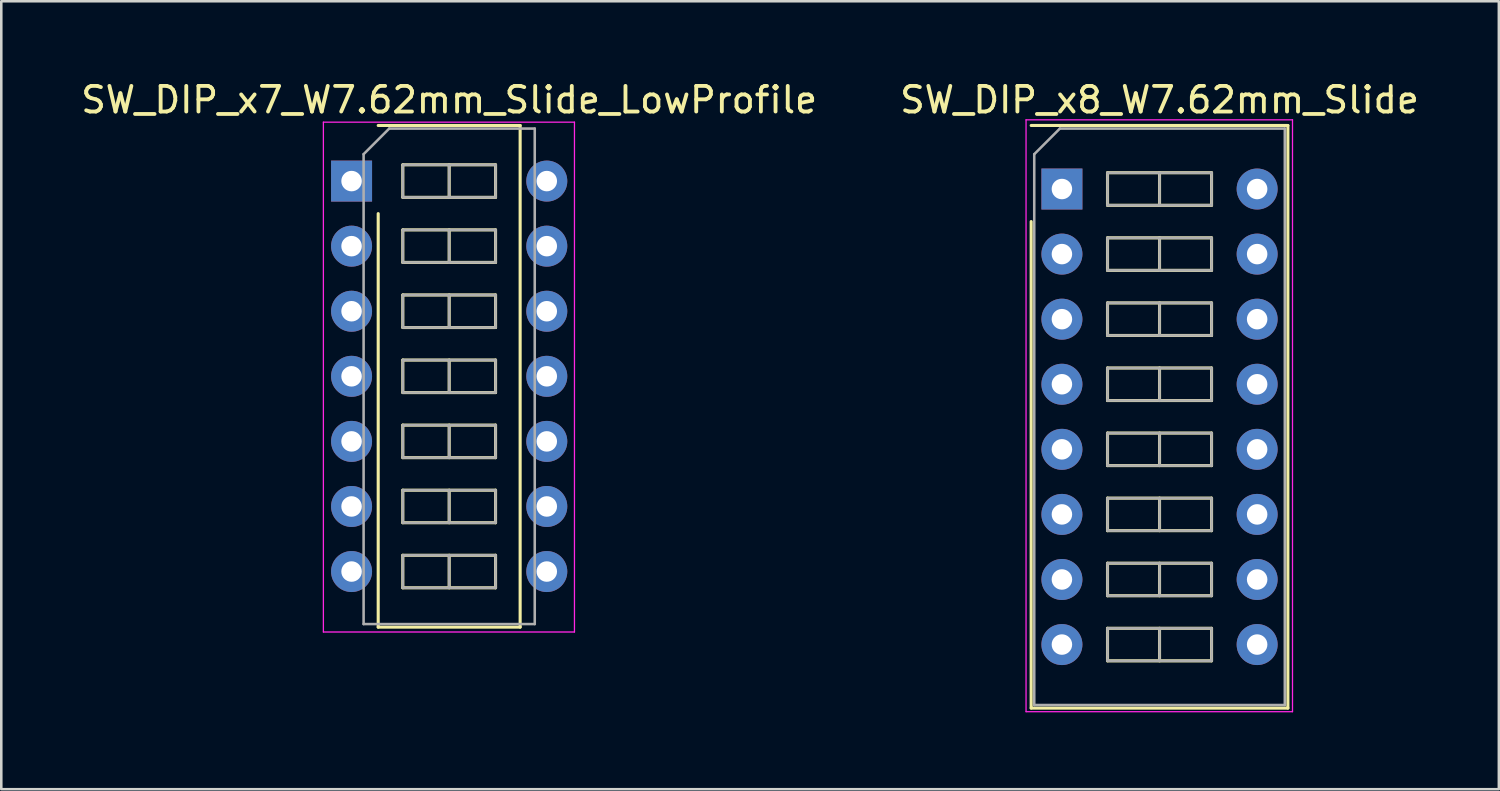
<source format=kicad_pcb>
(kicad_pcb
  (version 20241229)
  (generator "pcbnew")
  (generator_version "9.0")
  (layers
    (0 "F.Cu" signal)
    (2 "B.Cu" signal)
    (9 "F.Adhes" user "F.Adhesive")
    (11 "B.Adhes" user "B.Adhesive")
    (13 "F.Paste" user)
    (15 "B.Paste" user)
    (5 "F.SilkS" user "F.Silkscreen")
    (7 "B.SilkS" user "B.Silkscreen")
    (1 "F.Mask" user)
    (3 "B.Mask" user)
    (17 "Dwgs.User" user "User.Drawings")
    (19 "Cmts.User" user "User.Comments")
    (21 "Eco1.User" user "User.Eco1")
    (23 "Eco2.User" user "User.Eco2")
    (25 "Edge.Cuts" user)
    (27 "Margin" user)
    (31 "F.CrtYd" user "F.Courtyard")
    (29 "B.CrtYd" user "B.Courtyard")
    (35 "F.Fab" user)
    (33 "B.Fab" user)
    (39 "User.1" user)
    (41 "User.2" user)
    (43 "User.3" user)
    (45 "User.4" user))
  (footprint "SW_DIP_x7_W7.62mm_Slide_LowProfile"
    (layer "F.Cu")
    (at 10.672 4.018)
    (property "Reference" "SW_DIP_x7_W7.62mm_Slide_LowProfile" (at 3.81 -3.17 0) (layer "F.SilkS") (effects (font (size 1 1) (thickness 0.15))))
    (attr through_hole)
    (fp_line (start 1.04 -2.17) (end 6.58 -2.17) (stroke (width 0.12) (type solid)) (layer "F.SilkS"))
    (fp_line (start 1.04 17.41) (end 1.04 1.27) (stroke (width 0.12) (type solid)) (layer "F.SilkS"))
    (fp_line (start 2 -0.635) (end 2 0.635) (stroke (width 0.12) (type solid)) (layer "F.SilkS"))
    (fp_line (start 2 0.635) (end 5.62 0.635) (stroke (width 0.12) (type solid)) (layer "F.SilkS"))
    (fp_line (start 2 1.905) (end 2 3.175) (stroke (width 0.12) (type solid)) (layer "F.SilkS"))
    (fp_line (start 2 3.175) (end 5.62 3.175) (stroke (width 0.12) (type solid)) (layer "F.SilkS"))
    (fp_line (start 2 4.445) (end 2 5.715) (stroke (width 0.12) (type solid)) (layer "F.SilkS"))
    (fp_line (start 2 5.715) (end 5.62 5.715) (stroke (width 0.12) (type solid)) (layer "F.SilkS"))
    (fp_line (start 2 6.985) (end 2 8.255) (stroke (width 0.12) (type solid)) (layer "F.SilkS"))
    (fp_line (start 2 8.255) (end 5.62 8.255) (stroke (width 0.12) (type solid)) (layer "F.SilkS"))
    (fp_line (start 2 9.525) (end 2 10.795) (stroke (width 0.12) (type solid)) (layer "F.SilkS"))
    (fp_line (start 2 10.795) (end 5.62 10.795) (stroke (width 0.12) (type solid)) (layer "F.SilkS"))
    (fp_line (start 2 12.065) (end 2 13.335) (stroke (width 0.12) (type solid)) (layer "F.SilkS"))
    (fp_line (start 2 13.335) (end 5.62 13.335) (stroke (width 0.12) (type solid)) (layer "F.SilkS"))
    (fp_line (start 2 14.605) (end 2 15.875) (stroke (width 0.12) (type solid)) (layer "F.SilkS"))
    (fp_line (start 2 15.875) (end 5.62 15.875) (stroke (width 0.12) (type solid)) (layer "F.SilkS"))
    (fp_line (start 3.81 -0.635) (end 3.81 0.635) (stroke (width 0.12) (type solid)) (layer "F.SilkS"))
    (fp_line (start 3.81 1.905) (end 3.81 3.175) (stroke (width 0.12) (type solid)) (layer "F.SilkS"))
    (fp_line (start 3.81 4.445) (end 3.81 5.715) (stroke (width 0.12) (type solid)) (layer "F.SilkS"))
    (fp_line (start 3.81 6.985) (end 3.81 8.255) (stroke (width 0.12) (type solid)) (layer "F.SilkS"))
    (fp_line (start 3.81 9.525) (end 3.81 10.795) (stroke (width 0.12) (type solid)) (layer "F.SilkS"))
    (fp_line (start 3.81 12.065) (end 3.81 13.335) (stroke (width 0.12) (type solid)) (layer "F.SilkS"))
    (fp_line (start 3.81 14.605) (end 3.81 15.875) (stroke (width 0.12) (type solid)) (layer "F.SilkS"))
    (fp_line (start 5.62 -0.635) (end 2 -0.635) (stroke (width 0.12) (type solid)) (layer "F.SilkS"))
    (fp_line (start 5.62 0.635) (end 5.62 -0.635) (stroke (width 0.12) (type solid)) (layer "F.SilkS"))
    (fp_line (start 5.62 1.905) (end 2 1.905) (stroke (width 0.12) (type solid)) (layer "F.SilkS"))
    (fp_line (start 5.62 3.175) (end 5.62 1.905) (stroke (width 0.12) (type solid)) (layer "F.SilkS"))
    (fp_line (start 5.62 4.445) (end 2 4.445) (stroke (width 0.12) (type solid)) (layer "F.SilkS"))
    (fp_line (start 5.62 5.715) (end 5.62 4.445) (stroke (width 0.12) (type solid)) (layer "F.SilkS"))
    (fp_line (start 5.62 6.985) (end 2 6.985) (stroke (width 0.12) (type solid)) (layer "F.SilkS"))
    (fp_line (start 5.62 8.255) (end 5.62 6.985) (stroke (width 0.12) (type solid)) (layer "F.SilkS"))
    (fp_line (start 5.62 9.525) (end 2 9.525) (stroke (width 0.12) (type solid)) (layer "F.SilkS"))
    (fp_line (start 5.62 10.795) (end 5.62 9.525) (stroke (width 0.12) (type solid)) (layer "F.SilkS"))
    (fp_line (start 5.62 12.065) (end 2 12.065) (stroke (width 0.12) (type solid)) (layer "F.SilkS"))
    (fp_line (start 5.62 13.335) (end 5.62 12.065) (stroke (width 0.12) (type solid)) (layer "F.SilkS"))
    (fp_line (start 5.62 14.605) (end 2 14.605) (stroke (width 0.12) (type solid)) (layer "F.SilkS"))
    (fp_line (start 5.62 15.875) (end 5.62 14.605) (stroke (width 0.12) (type solid)) (layer "F.SilkS"))
    (fp_line (start 6.58 -2.17) (end 6.58 17.41) (stroke (width 0.12) (type solid)) (layer "F.SilkS"))
    (fp_line (start 6.58 17.41) (end 1.04 17.41) (stroke (width 0.12) (type solid)) (layer "F.SilkS"))
    (fp_line (start -1.1 -2.3) (end -1.1 17.6) (stroke (width 0.05) (type solid)) (layer "F.CrtYd"))
    (fp_line (start -1.1 17.6) (end 8.7 17.6) (stroke (width 0.05) (type solid)) (layer "F.CrtYd"))
    (fp_line (start 8.7 -2.3) (end -1.1 -2.3) (stroke (width 0.05) (type solid)) (layer "F.CrtYd"))
    (fp_line (start 8.7 17.6) (end 8.7 -2.3) (stroke (width 0.05) (type solid)) (layer "F.CrtYd"))
    (fp_line (start 0.47 -1.05) (end 1.47 -2.05) (stroke (width 0.1) (type solid)) (layer "F.Fab"))
    (fp_line (start 0.47 17.29) (end 0.47 -1.05) (stroke (width 0.1) (type solid)) (layer "F.Fab"))
    (fp_line (start 1.47 -2.05) (end 7.15 -2.05) (stroke (width 0.1) (type solid)) (layer "F.Fab"))
    (fp_line (start 2 -0.635) (end 2 0.635) (stroke (width 0.1) (type solid)) (layer "F.Fab"))
    (fp_line (start 2 0.635) (end 5.62 0.635) (stroke (width 0.1) (type solid)) (layer "F.Fab"))
    (fp_line (start 2 1.905) (end 2 3.175) (stroke (width 0.1) (type solid)) (layer "F.Fab"))
    (fp_line (start 2 3.175) (end 5.62 3.175) (stroke (width 0.1) (type solid)) (layer "F.Fab"))
    (fp_line (start 2 4.445) (end 2 5.715) (stroke (width 0.1) (type solid)) (layer "F.Fab"))
    (fp_line (start 2 5.715) (end 5.62 5.715) (stroke (width 0.1) (type solid)) (layer "F.Fab"))
    (fp_line (start 2 6.985) (end 2 8.255) (stroke (width 0.1) (type solid)) (layer "F.Fab"))
    (fp_line (start 2 8.255) (end 5.62 8.255) (stroke (width 0.1) (type solid)) (layer "F.Fab"))
    (fp_line (start 2 9.525) (end 2 10.795) (stroke (width 0.1) (type solid)) (layer "F.Fab"))
    (fp_line (start 2 10.795) (end 5.62 10.795) (stroke (width 0.1) (type solid)) (layer "F.Fab"))
    (fp_line (start 2 12.065) (end 2 13.335) (stroke (width 0.1) (type solid)) (layer "F.Fab"))
    (fp_line (start 2 13.335) (end 5.62 13.335) (stroke (width 0.1) (type solid)) (layer "F.Fab"))
    (fp_line (start 2 14.605) (end 2 15.875) (stroke (width 0.1) (type solid)) (layer "F.Fab"))
    (fp_line (start 2 15.875) (end 5.62 15.875) (stroke (width 0.1) (type solid)) (layer "F.Fab"))
    (fp_line (start 3.81 -0.635) (end 3.81 0.635) (stroke (width 0.1) (type solid)) (layer "F.Fab"))
    (fp_line (start 3.81 1.905) (end 3.81 3.175) (stroke (width 0.1) (type solid)) (layer "F.Fab"))
    (fp_line (start 3.81 4.445) (end 3.81 5.715) (stroke (width 0.1) (type solid)) (layer "F.Fab"))
    (fp_line (start 3.81 6.985) (end 3.81 8.255) (stroke (width 0.1) (type solid)) (layer "F.Fab"))
    (fp_line (start 3.81 9.525) (end 3.81 10.795) (stroke (width 0.1) (type solid)) (layer "F.Fab"))
    (fp_line (start 3.81 12.065) (end 3.81 13.335) (stroke (width 0.1) (type solid)) (layer "F.Fab"))
    (fp_line (start 3.81 14.605) (end 3.81 15.875) (stroke (width 0.1) (type solid)) (layer "F.Fab"))
    (fp_line (start 5.62 -0.635) (end 2 -0.635) (stroke (width 0.1) (type solid)) (layer "F.Fab"))
    (fp_line (start 5.62 0.635) (end 5.62 -0.635) (stroke (width 0.1) (type solid)) (layer "F.Fab"))
    (fp_line (start 5.62 1.905) (end 2 1.905) (stroke (width 0.1) (type solid)) (layer "F.Fab"))
    (fp_line (start 5.62 3.175) (end 5.62 1.905) (stroke (width 0.1) (type solid)) (layer "F.Fab"))
    (fp_line (start 5.62 4.445) (end 2 4.445) (stroke (width 0.1) (type solid)) (layer "F.Fab"))
    (fp_line (start 5.62 5.715) (end 5.62 4.445) (stroke (width 0.1) (type solid)) (layer "F.Fab"))
    (fp_line (start 5.62 6.985) (end 2 6.985) (stroke (width 0.1) (type solid)) (layer "F.Fab"))
    (fp_line (start 5.62 8.255) (end 5.62 6.985) (stroke (width 0.1) (type solid)) (layer "F.Fab"))
    (fp_line (start 5.62 9.525) (end 2 9.525) (stroke (width 0.1) (type solid)) (layer "F.Fab"))
    (fp_line (start 5.62 10.795) (end 5.62 9.525) (stroke (width 0.1) (type solid)) (layer "F.Fab"))
    (fp_line (start 5.62 12.065) (end 2 12.065) (stroke (width 0.1) (type solid)) (layer "F.Fab"))
    (fp_line (start 5.62 13.335) (end 5.62 12.065) (stroke (width 0.1) (type solid)) (layer "F.Fab"))
    (fp_line (start 5.62 14.605) (end 2 14.605) (stroke (width 0.1) (type solid)) (layer "F.Fab"))
    (fp_line (start 5.62 15.875) (end 5.62 14.605) (stroke (width 0.1) (type solid)) (layer "F.Fab"))
    (fp_line (start 7.15 -2.05) (end 7.15 17.29) (stroke (width 0.1) (type solid)) (layer "F.Fab"))
    (fp_line (start 7.15 17.29) (end 0.47 17.29) (stroke (width 0.1) (type solid)) (layer "F.Fab"))
    (pad "1" thru_hole rect (at 0 0) (size 1.6 1.6) (drill 0.8) (layers "*.Cu" "*.Mask"))
    (pad "2" thru_hole oval (at 0 2.54) (size 1.6 1.6) (drill 0.8) (layers "*.Cu" "*.Mask"))
    (pad "3" thru_hole oval (at 0 5.08) (size 1.6 1.6) (drill 0.8) (layers "*.Cu" "*.Mask"))
    (pad "4" thru_hole oval (at 0 7.62) (size 1.6 1.6) (drill 0.8) (layers "*.Cu" "*.Mask"))
    (pad "5" thru_hole oval (at 0 10.16) (size 1.6 1.6) (drill 0.8) (layers "*.Cu" "*.Mask"))
    (pad "6" thru_hole oval (at 0 12.7) (size 1.6 1.6) (drill 0.8) (layers "*.Cu" "*.Mask"))
    (pad "7" thru_hole oval (at 0 15.24) (size 1.6 1.6) (drill 0.8) (layers "*.Cu" "*.Mask"))
    (pad "8" thru_hole oval (at 7.62 15.24) (size 1.6 1.6) (drill 0.8) (layers "*.Cu" "*.Mask"))
    (pad "9" thru_hole oval (at 7.62 12.7) (size 1.6 1.6) (drill 0.8) (layers "*.Cu" "*.Mask"))
    (pad "10" thru_hole oval (at 7.62 10.16) (size 1.6 1.6) (drill 0.8) (layers "*.Cu" "*.Mask"))
    (pad "11" thru_hole oval (at 7.62 7.62) (size 1.6 1.6) (drill 0.8) (layers "*.Cu" "*.Mask"))
    (pad "12" thru_hole oval (at 7.62 5.08) (size 1.6 1.6) (drill 0.8) (layers "*.Cu" "*.Mask"))
    (pad "13" thru_hole oval (at 7.62 2.54) (size 1.6 1.6) (drill 0.8) (layers "*.Cu" "*.Mask"))
    (pad "14" thru_hole oval (at 7.62 0) (size 1.6 1.6) (drill 0.8) (layers "*.Cu" "*.Mask")))
  (footprint "SW_DIP_x8_W7.62mm_Slide"
    (layer "F.Cu")
    (at 38.398 4.328)
    (property "Reference" "SW_DIP_x8_W7.62mm_Slide" (at 3.81 -3.48 0) (layer "F.SilkS") (effects (font (size 1 1) (thickness 0.15))))
    (attr through_hole)
    (fp_line (start -1.2 -2.48) (end 8.82 -2.48) (stroke (width 0.12) (type solid)) (layer "F.SilkS"))
    (fp_line (start -1.2 20.26) (end -1.2 1.27) (stroke (width 0.12) (type solid)) (layer "F.SilkS"))
    (fp_line (start 1.78 -0.635) (end 1.78 0.635) (stroke (width 0.12) (type solid)) (layer "F.SilkS"))
    (fp_line (start 1.78 0.635) (end 5.84 0.635) (stroke (width 0.12) (type solid)) (layer "F.SilkS"))
    (fp_line (start 1.78 1.905) (end 1.78 3.175) (stroke (width 0.12) (type solid)) (layer "F.SilkS"))
    (fp_line (start 1.78 3.175) (end 5.84 3.175) (stroke (width 0.12) (type solid)) (layer "F.SilkS"))
    (fp_line (start 1.78 4.445) (end 1.78 5.715) (stroke (width 0.12) (type solid)) (layer "F.SilkS"))
    (fp_line (start 1.78 5.715) (end 5.84 5.715) (stroke (width 0.12) (type solid)) (layer "F.SilkS"))
    (fp_line (start 1.78 6.985) (end 1.78 8.255) (stroke (width 0.12) (type solid)) (layer "F.SilkS"))
    (fp_line (start 1.78 8.255) (end 5.84 8.255) (stroke (width 0.12) (type solid)) (layer "F.SilkS"))
    (fp_line (start 1.78 9.525) (end 1.78 10.795) (stroke (width 0.12) (type solid)) (layer "F.SilkS"))
    (fp_line (start 1.78 10.795) (end 5.84 10.795) (stroke (width 0.12) (type solid)) (layer "F.SilkS"))
    (fp_line (start 1.78 12.065) (end 1.78 13.335) (stroke (width 0.12) (type solid)) (layer "F.SilkS"))
    (fp_line (start 1.78 13.335) (end 5.84 13.335) (stroke (width 0.12) (type solid)) (layer "F.SilkS"))
    (fp_line (start 1.78 14.605) (end 1.78 15.875) (stroke (width 0.12) (type solid)) (layer "F.SilkS"))
    (fp_line (start 1.78 15.875) (end 5.84 15.875) (stroke (width 0.12) (type solid)) (layer "F.SilkS"))
    (fp_line (start 1.78 17.145) (end 1.78 18.415) (stroke (width 0.12) (type solid)) (layer "F.SilkS"))
    (fp_line (start 1.78 18.415) (end 5.84 18.415) (stroke (width 0.12) (type solid)) (layer "F.SilkS"))
    (fp_line (start 3.81 -0.635) (end 3.81 0.635) (stroke (width 0.12) (type solid)) (layer "F.SilkS"))
    (fp_line (start 3.81 1.905) (end 3.81 3.175) (stroke (width 0.12) (type solid)) (layer "F.SilkS"))
    (fp_line (start 3.81 4.445) (end 3.81 5.715) (stroke (width 0.12) (type solid)) (layer "F.SilkS"))
    (fp_line (start 3.81 6.985) (end 3.81 8.255) (stroke (width 0.12) (type solid)) (layer "F.SilkS"))
    (fp_line (start 3.81 9.525) (end 3.81 10.795) (stroke (width 0.12) (type solid)) (layer "F.SilkS"))
    (fp_line (start 3.81 12.065) (end 3.81 13.335) (stroke (width 0.12) (type solid)) (layer "F.SilkS"))
    (fp_line (start 3.81 14.605) (end 3.81 15.875) (stroke (width 0.12) (type solid)) (layer "F.SilkS"))
    (fp_line (start 3.81 17.145) (end 3.81 18.415) (stroke (width 0.12) (type solid)) (layer "F.SilkS"))
    (fp_line (start 5.84 -0.635) (end 1.78 -0.635) (stroke (width 0.12) (type solid)) (layer "F.SilkS"))
    (fp_line (start 5.84 0.635) (end 5.84 -0.635) (stroke (width 0.12) (type solid)) (layer "F.SilkS"))
    (fp_line (start 5.84 1.905) (end 1.78 1.905) (stroke (width 0.12) (type solid)) (layer "F.SilkS"))
    (fp_line (start 5.84 3.175) (end 5.84 1.905) (stroke (width 0.12) (type solid)) (layer "F.SilkS"))
    (fp_line (start 5.84 4.445) (end 1.78 4.445) (stroke (width 0.12) (type solid)) (layer "F.SilkS"))
    (fp_line (start 5.84 5.715) (end 5.84 4.445) (stroke (width 0.12) (type solid)) (layer "F.SilkS"))
    (fp_line (start 5.84 6.985) (end 1.78 6.985) (stroke (width 0.12) (type solid)) (layer "F.SilkS"))
    (fp_line (start 5.84 8.255) (end 5.84 6.985) (stroke (width 0.12) (type solid)) (layer "F.SilkS"))
    (fp_line (start 5.84 9.525) (end 1.78 9.525) (stroke (width 0.12) (type solid)) (layer "F.SilkS"))
    (fp_line (start 5.84 10.795) (end 5.84 9.525) (stroke (width 0.12) (type solid)) (layer "F.SilkS"))
    (fp_line (start 5.84 12.065) (end 1.78 12.065) (stroke (width 0.12) (type solid)) (layer "F.SilkS"))
    (fp_line (start 5.84 13.335) (end 5.84 12.065) (stroke (width 0.12) (type solid)) (layer "F.SilkS"))
    (fp_line (start 5.84 14.605) (end 1.78 14.605) (stroke (width 0.12) (type solid)) (layer "F.SilkS"))
    (fp_line (start 5.84 15.875) (end 5.84 14.605) (stroke (width 0.12) (type solid)) (layer "F.SilkS"))
    (fp_line (start 5.84 17.145) (end 1.78 17.145) (stroke (width 0.12) (type solid)) (layer "F.SilkS"))
    (fp_line (start 5.84 18.415) (end 5.84 17.145) (stroke (width 0.12) (type solid)) (layer "F.SilkS"))
    (fp_line (start 8.82 -2.48) (end 8.82 20.26) (stroke (width 0.12) (type solid)) (layer "F.SilkS"))
    (fp_line (start 8.82 20.26) (end -1.2 20.26) (stroke (width 0.12) (type solid)) (layer "F.SilkS"))
    (fp_line (start -1.4 -2.7) (end -1.4 20.4) (stroke (width 0.05) (type solid)) (layer "F.CrtYd"))
    (fp_line (start -1.4 20.4) (end 9 20.4) (stroke (width 0.05) (type solid)) (layer "F.CrtYd"))
    (fp_line (start 9 -2.7) (end -1.4 -2.7) (stroke (width 0.05) (type solid)) (layer "F.CrtYd"))
    (fp_line (start 9 20.4) (end 9 -2.7) (stroke (width 0.05) (type solid)) (layer "F.CrtYd"))
    (fp_line (start -1.08 -1.36) (end -0.08 -2.36) (stroke (width 0.1) (type solid)) (layer "F.Fab"))
    (fp_line (start -1.08 20.14) (end -1.08 -1.36) (stroke (width 0.1) (type solid)) (layer "F.Fab"))
    (fp_line (start -0.08 -2.36) (end 8.7 -2.36) (stroke (width 0.1) (type solid)) (layer "F.Fab"))
    (fp_line (start 1.78 -0.635) (end 1.78 0.635) (stroke (width 0.1) (type solid)) (layer "F.Fab"))
    (fp_line (start 1.78 0.635) (end 5.84 0.635) (stroke (width 0.1) (type solid)) (layer "F.Fab"))
    (fp_line (start 1.78 1.905) (end 1.78 3.175) (stroke (width 0.1) (type solid)) (layer "F.Fab"))
    (fp_line (start 1.78 3.175) (end 5.84 3.175) (stroke (width 0.1) (type solid)) (layer "F.Fab"))
    (fp_line (start 1.78 4.445) (end 1.78 5.715) (stroke (width 0.1) (type solid)) (layer "F.Fab"))
    (fp_line (start 1.78 5.715) (end 5.84 5.715) (stroke (width 0.1) (type solid)) (layer "F.Fab"))
    (fp_line (start 1.78 6.985) (end 1.78 8.255) (stroke (width 0.1) (type solid)) (layer "F.Fab"))
    (fp_line (start 1.78 8.255) (end 5.84 8.255) (stroke (width 0.1) (type solid)) (layer "F.Fab"))
    (fp_line (start 1.78 9.525) (end 1.78 10.795) (stroke (width 0.1) (type solid)) (layer "F.Fab"))
    (fp_line (start 1.78 10.795) (end 5.84 10.795) (stroke (width 0.1) (type solid)) (layer "F.Fab"))
    (fp_line (start 1.78 12.065) (end 1.78 13.335) (stroke (width 0.1) (type solid)) (layer "F.Fab"))
    (fp_line (start 1.78 13.335) (end 5.84 13.335) (stroke (width 0.1) (type solid)) (layer "F.Fab"))
    (fp_line (start 1.78 14.605) (end 1.78 15.875) (stroke (width 0.1) (type solid)) (layer "F.Fab"))
    (fp_line (start 1.78 15.875) (end 5.84 15.875) (stroke (width 0.1) (type solid)) (layer "F.Fab"))
    (fp_line (start 1.78 17.145) (end 1.78 18.415) (stroke (width 0.1) (type solid)) (layer "F.Fab"))
    (fp_line (start 1.78 18.415) (end 5.84 18.415) (stroke (width 0.1) (type solid)) (layer "F.Fab"))
    (fp_line (start 3.81 -0.635) (end 3.81 0.635) (stroke (width 0.1) (type solid)) (layer "F.Fab"))
    (fp_line (start 3.81 1.905) (end 3.81 3.175) (stroke (width 0.1) (type solid)) (layer "F.Fab"))
    (fp_line (start 3.81 4.445) (end 3.81 5.715) (stroke (width 0.1) (type solid)) (layer "F.Fab"))
    (fp_line (start 3.81 6.985) (end 3.81 8.255) (stroke (width 0.1) (type solid)) (layer "F.Fab"))
    (fp_line (start 3.81 9.525) (end 3.81 10.795) (stroke (width 0.1) (type solid)) (layer "F.Fab"))
    (fp_line (start 3.81 12.065) (end 3.81 13.335) (stroke (width 0.1) (type solid)) (layer "F.Fab"))
    (fp_line (start 3.81 14.605) (end 3.81 15.875) (stroke (width 0.1) (type solid)) (layer "F.Fab"))
    (fp_line (start 3.81 17.145) (end 3.81 18.415) (stroke (width 0.1) (type solid)) (layer "F.Fab"))
    (fp_line (start 5.84 -0.635) (end 1.78 -0.635) (stroke (width 0.1) (type solid)) (layer "F.Fab"))
    (fp_line (start 5.84 0.635) (end 5.84 -0.635) (stroke (width 0.1) (type solid)) (layer "F.Fab"))
    (fp_line (start 5.84 1.905) (end 1.78 1.905) (stroke (width 0.1) (type solid)) (layer "F.Fab"))
    (fp_line (start 5.84 3.175) (end 5.84 1.905) (stroke (width 0.1) (type solid)) (layer "F.Fab"))
    (fp_line (start 5.84 4.445) (end 1.78 4.445) (stroke (width 0.1) (type solid)) (layer "F.Fab"))
    (fp_line (start 5.84 5.715) (end 5.84 4.445) (stroke (width 0.1) (type solid)) (layer "F.Fab"))
    (fp_line (start 5.84 6.985) (end 1.78 6.985) (stroke (width 0.1) (type solid)) (layer "F.Fab"))
    (fp_line (start 5.84 8.255) (end 5.84 6.985) (stroke (width 0.1) (type solid)) (layer "F.Fab"))
    (fp_line (start 5.84 9.525) (end 1.78 9.525) (stroke (width 0.1) (type solid)) (layer "F.Fab"))
    (fp_line (start 5.84 10.795) (end 5.84 9.525) (stroke (width 0.1) (type solid)) (layer "F.Fab"))
    (fp_line (start 5.84 12.065) (end 1.78 12.065) (stroke (width 0.1) (type solid)) (layer "F.Fab"))
    (fp_line (start 5.84 13.335) (end 5.84 12.065) (stroke (width 0.1) (type solid)) (layer "F.Fab"))
    (fp_line (start 5.84 14.605) (end 1.78 14.605) (stroke (width 0.1) (type solid)) (layer "F.Fab"))
    (fp_line (start 5.84 15.875) (end 5.84 14.605) (stroke (width 0.1) (type solid)) (layer "F.Fab"))
    (fp_line (start 5.84 17.145) (end 1.78 17.145) (stroke (width 0.1) (type solid)) (layer "F.Fab"))
    (fp_line (start 5.84 18.415) (end 5.84 17.145) (stroke (width 0.1) (type solid)) (layer "F.Fab"))
    (fp_line (start 8.7 -2.36) (end 8.7 20.14) (stroke (width 0.1) (type solid)) (layer "F.Fab"))
    (fp_line (start 8.7 20.14) (end -1.08 20.14) (stroke (width 0.1) (type solid)) (layer "F.Fab"))
    (pad "1" thru_hole rect (at 0 0) (size 1.6 1.6) (drill 0.8) (layers "*.Cu" "*.Mask"))
    (pad "2" thru_hole oval (at 0 2.54) (size 1.6 1.6) (drill 0.8) (layers "*.Cu" "*.Mask"))
    (pad "3" thru_hole oval (at 0 5.08) (size 1.6 1.6) (drill 0.8) (layers "*.Cu" "*.Mask"))
    (pad "4" thru_hole oval (at 0 7.62) (size 1.6 1.6) (drill 0.8) (layers "*.Cu" "*.Mask"))
    (pad "5" thru_hole oval (at 0 10.16) (size 1.6 1.6) (drill 0.8) (layers "*.Cu" "*.Mask"))
    (pad "6" thru_hole oval (at 0 12.7) (size 1.6 1.6) (drill 0.8) (layers "*.Cu" "*.Mask"))
    (pad "7" thru_hole oval (at 0 15.24) (size 1.6 1.6) (drill 0.8) (layers "*.Cu" "*.Mask"))
    (pad "8" thru_hole oval (at 0 17.78) (size 1.6 1.6) (drill 0.8) (layers "*.Cu" "*.Mask"))
    (pad "9" thru_hole oval (at 7.62 17.78) (size 1.6 1.6) (drill 0.8) (layers "*.Cu" "*.Mask"))
    (pad "10" thru_hole oval (at 7.62 15.24) (size 1.6 1.6) (drill 0.8) (layers "*.Cu" "*.Mask"))
    (pad "11" thru_hole oval (at 7.62 12.7) (size 1.6 1.6) (drill 0.8) (layers "*.Cu" "*.Mask"))
    (pad "12" thru_hole oval (at 7.62 10.16) (size 1.6 1.6) (drill 0.8) (layers "*.Cu" "*.Mask"))
    (pad "13" thru_hole oval (at 7.62 7.62) (size 1.6 1.6) (drill 0.8) (layers "*.Cu" "*.Mask"))
    (pad "14" thru_hole oval (at 7.62 5.08) (size 1.6 1.6) (drill 0.8) (layers "*.Cu" "*.Mask"))
    (pad "15" thru_hole oval (at 7.62 2.54) (size 1.6 1.6) (drill 0.8) (layers "*.Cu" "*.Mask"))
    (pad "16" thru_hole oval (at 7.62 0) (size 1.6 1.6) (drill 0.8) (layers "*.Cu" "*.Mask")))
  (gr_rect
    (start -3 -3)
    (end 55.452 27.753)
    (stroke (width 0.1) (type default))
    (fill no)
    (layer "Edge.Cuts")))
</source>
